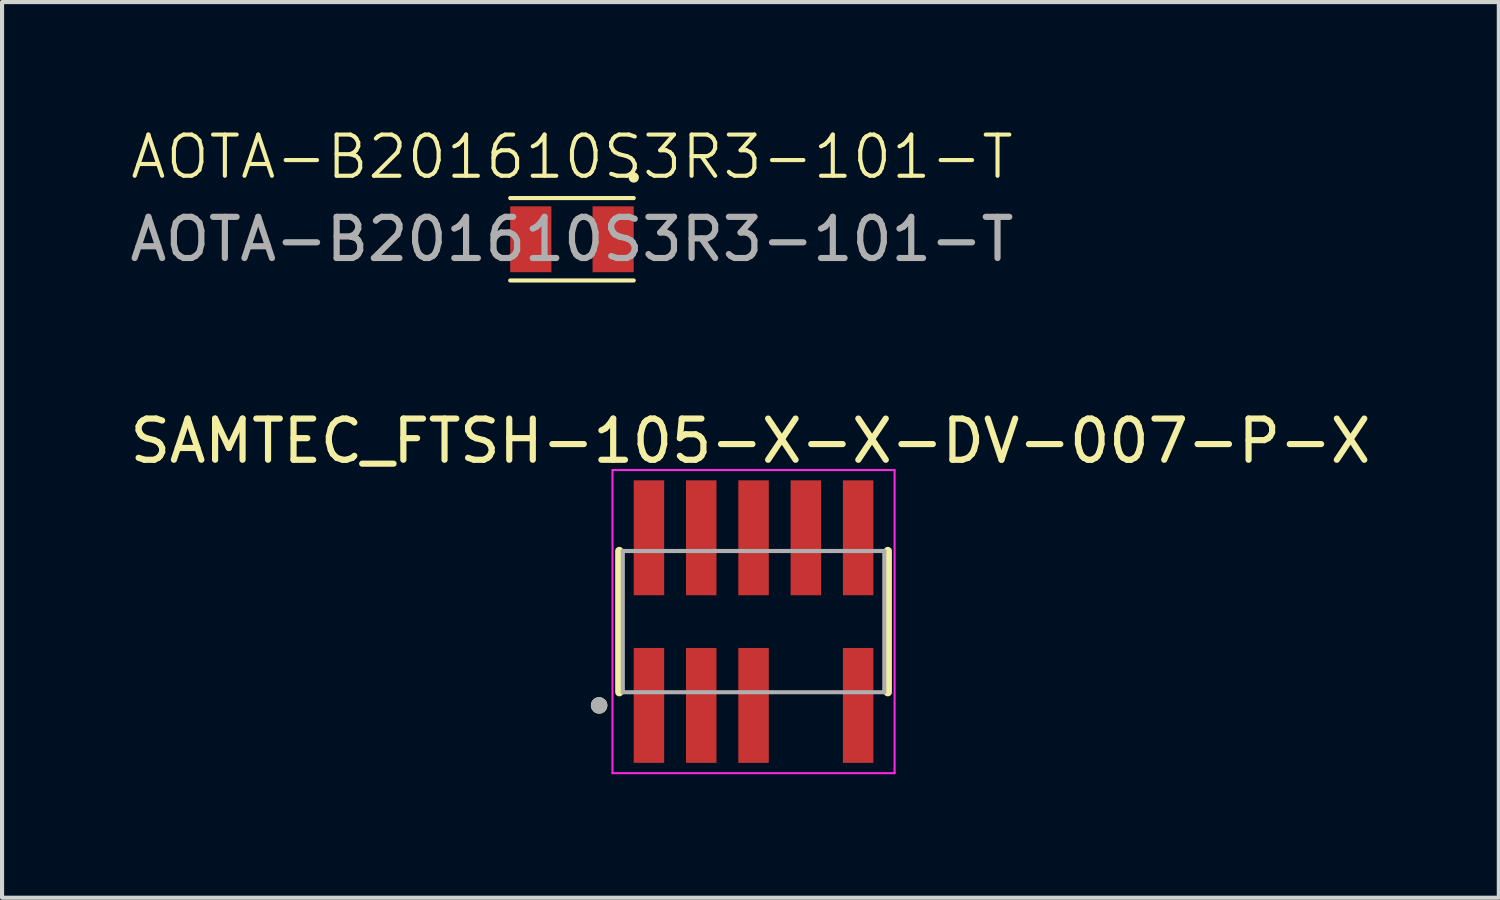
<source format=kicad_pcb>
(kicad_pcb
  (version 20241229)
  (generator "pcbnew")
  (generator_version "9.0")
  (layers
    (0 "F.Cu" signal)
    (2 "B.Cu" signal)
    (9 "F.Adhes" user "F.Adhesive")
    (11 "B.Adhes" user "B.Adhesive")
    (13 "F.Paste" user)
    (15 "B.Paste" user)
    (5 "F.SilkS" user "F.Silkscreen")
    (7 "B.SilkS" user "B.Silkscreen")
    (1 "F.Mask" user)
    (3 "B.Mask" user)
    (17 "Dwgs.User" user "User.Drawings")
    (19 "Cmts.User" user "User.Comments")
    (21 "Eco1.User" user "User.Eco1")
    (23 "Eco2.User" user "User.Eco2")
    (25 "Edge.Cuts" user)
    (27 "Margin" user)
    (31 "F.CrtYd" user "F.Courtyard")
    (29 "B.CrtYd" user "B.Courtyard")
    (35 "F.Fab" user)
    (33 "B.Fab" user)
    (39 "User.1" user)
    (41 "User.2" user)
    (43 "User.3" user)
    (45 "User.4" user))
  (footprint "SAMTEC_FTSH-105-X-X-DV-007-P-X"
    (layer "F.Cu")
    (at 15.248 12.044)
    (property "Reference" "SAMTEC_FTSH-105-X-X-DV-007-P-X" (at -0.075 -4.385 0) (layer "F.SilkS") (effects (font (size 1 1) (thickness 0.15))))
    (attr smd)
    (fp_line (start -3.26 1.715) (end -3.26 -1.715) (stroke (width 0.2) (type solid)) (layer "F.SilkS"))
    (fp_line (start 3.26 -1.715) (end 3.26 1.715) (stroke (width 0.2) (type solid)) (layer "F.SilkS"))
    (fp_circle (center -3.75 2.035) (end -3.65 2.035) (stroke (width 0.2) (type solid)) (fill no) (layer "F.SilkS"))
    (fp_line (start -3.425 -3.68) (end 3.425 -3.68) (stroke (width 0.05) (type solid)) (layer "F.CrtYd"))
    (fp_line (start -3.425 3.68) (end -3.425 -3.68) (stroke (width 0.05) (type solid)) (layer "F.CrtYd"))
    (fp_line (start 3.425 -3.68) (end 3.425 3.68) (stroke (width 0.05) (type solid)) (layer "F.CrtYd"))
    (fp_line (start 3.425 3.68) (end -3.425 3.68) (stroke (width 0.05) (type solid)) (layer "F.CrtYd"))
    (fp_line (start -3.175 -1.715) (end 3.175 -1.715) (stroke (width 0.1) (type solid)) (layer "F.Fab"))
    (fp_line (start -3.175 1.715) (end -3.175 -1.715) (stroke (width 0.1) (type solid)) (layer "F.Fab"))
    (fp_line (start 3.175 -1.715) (end 3.175 1.715) (stroke (width 0.1) (type solid)) (layer "F.Fab"))
    (fp_line (start 3.175 1.715) (end -3.175 1.715) (stroke (width 0.1) (type solid)) (layer "F.Fab"))
    (fp_circle (center -3.75 2.035) (end -3.65 2.035) (stroke (width 0.2) (type solid)) (fill no) (layer "F.Fab"))
    (pad "01" smd rect (at -2.54 2.035) (size 0.74 2.79) (layers "F.Cu" "F.Mask" "F.Paste"))
    (pad "02" smd rect (at -2.54 -2.035) (size 0.74 2.79) (layers "F.Cu" "F.Mask" "F.Paste"))
    (pad "03" smd rect (at -1.27 2.035) (size 0.74 2.79) (layers "F.Cu" "F.Mask" "F.Paste"))
    (pad "04" smd rect (at -1.27 -2.035) (size 0.74 2.79) (layers "F.Cu" "F.Mask" "F.Paste"))
    (pad "05" smd rect (at 0 2.035) (size 0.74 2.79) (layers "F.Cu" "F.Mask" "F.Paste"))
    (pad "06" smd rect (at 0 -2.035) (size 0.74 2.79) (layers "F.Cu" "F.Mask" "F.Paste"))
    (pad "08" smd rect (at 1.27 -2.035) (size 0.74 2.79) (layers "F.Cu" "F.Mask" "F.Paste"))
    (pad "09" smd rect (at 2.54 2.035) (size 0.74 2.79) (layers "F.Cu" "F.Mask" "F.Paste"))
    (pad "10" smd rect (at 2.54 -2.035) (size 0.74 2.79) (layers "F.Cu" "F.Mask" "F.Paste")))
  (footprint "AOTA-B201610S3R3-101-T"
    (layer "F.Cu")
    (at 10.839 2.76)
    (property "Reference" "AOTA-B201610S3R3-101-T" (at 0 -2 0) (unlocked yes) (layer "F.SilkS") (effects (font (size 1 1) (thickness 0.1))))
    (attr smd)
    (fp_line (start -1.5 -1) (end 1.5 -1) (stroke (width 0.1) (type default)) (layer "F.SilkS"))
    (fp_line (start -1.5 1) (end 1.5 1) (stroke (width 0.1) (type default)) (layer "F.SilkS"))
    (fp_circle (center 1.5 -1.5) (end 1.6 -1.5) (stroke (width 0.05) (type solid)) (fill yes) (layer "F.SilkS"))
    (fp_text user "${REFERENCE}" (at 0 0 0) (unlocked yes) (layer "F.Fab") (effects (font (size 1 1) (thickness 0.15))))
    (pad "1" smd rect (at 1 0) (size 1 1.6) (layers "F.Cu" "F.Mask" "F.Paste"))
    (pad "2" smd rect (at -1 0) (size 1 1.6) (layers "F.Cu" "F.Mask" "F.Paste")))
  (gr_rect
    (start -3 -3)
    (end 33.345 18.749)
    (stroke (width 0.1) (type default))
    (fill no)
    (layer "Edge.Cuts")))
</source>
